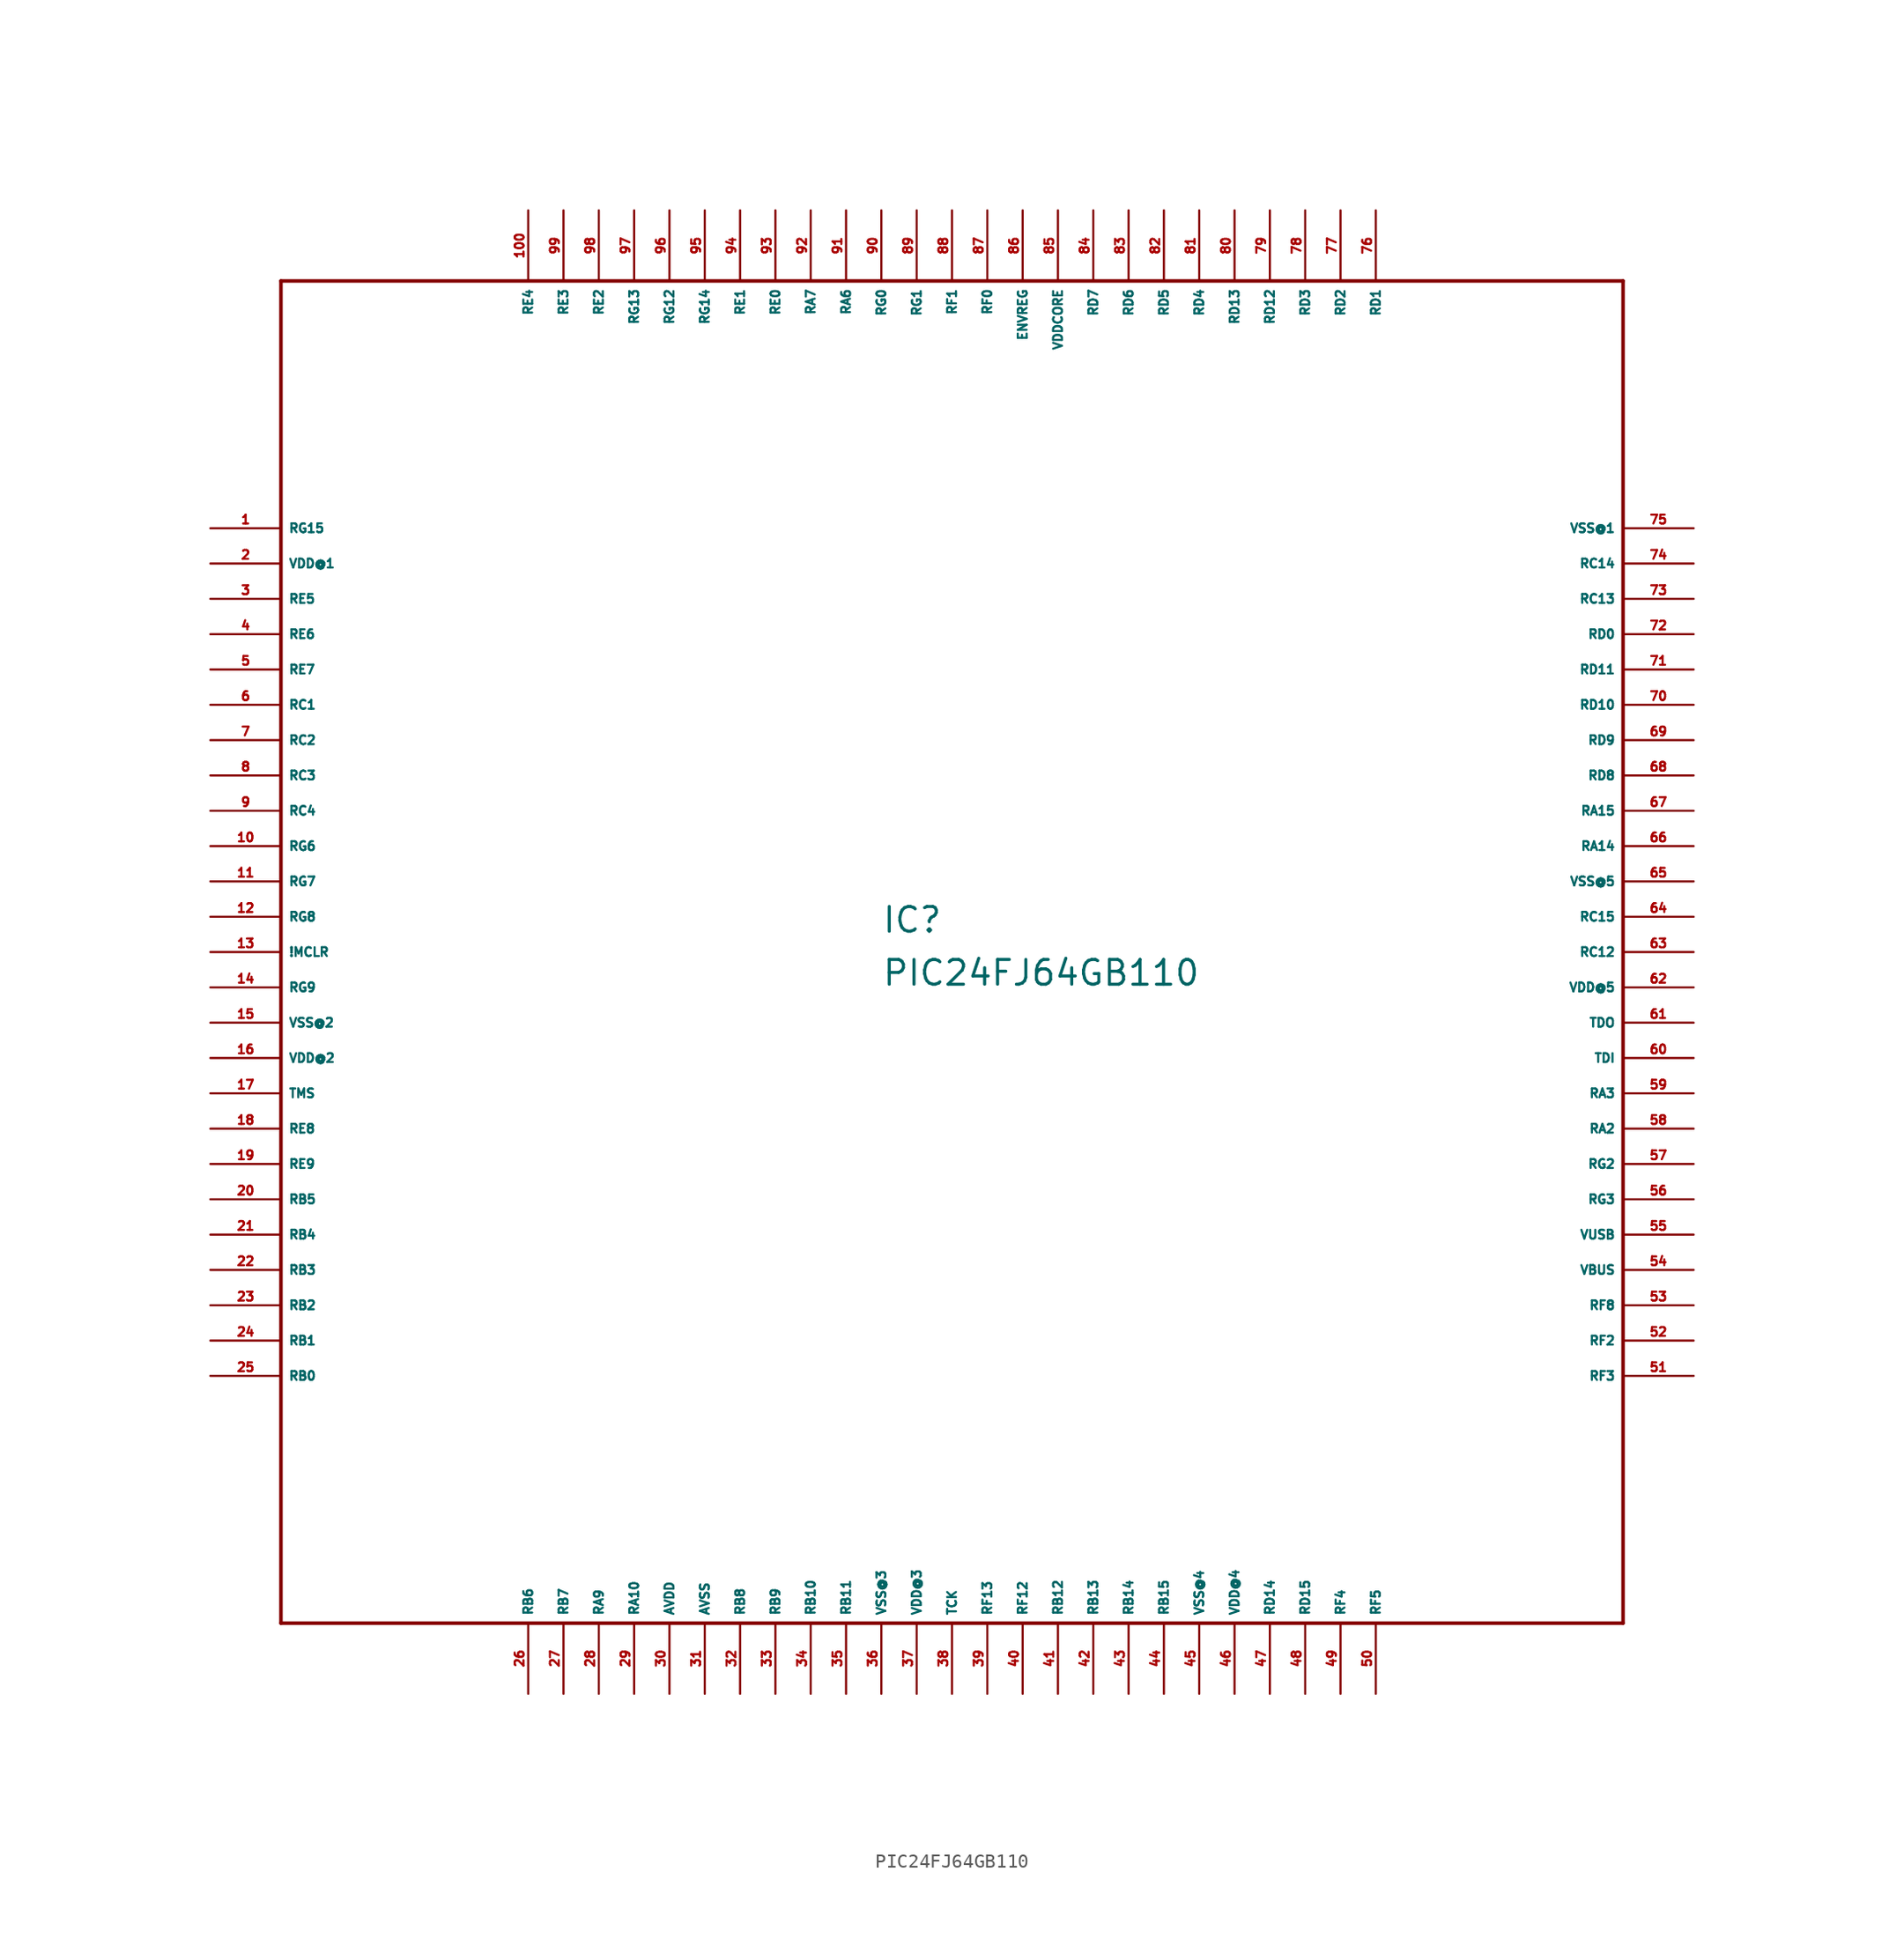
<source format=kicad_sym>
(kicad_symbol_lib
  (version 20220914)
  (generator Eagle2Kicad)
  (symbol "PIC24FJ64GB110"
    (property "Reference" "IC"
      (at -5.08 1.27 0)
      (effects (font (size 1.778 1.778) (thickness 0.22)) (justify left bottom)))
    (property "Value" "PIC24FJ64GB110"
      (at -5.08 -2.54 0)
      (effects (font (size 1.778 1.778) (thickness 0.22)) (justify left bottom)))
    (polyline
      (pts (xy -48.26 -48.26) (xy 48.26 -48.26))
      (stroke (width 0.254) (type default))
      (fill (type none)))
    (polyline
      (pts (xy 48.26 -48.26) (xy 48.26 48.26))
      (stroke (width 0.254) (type default))
      (fill (type none)))
    (polyline
      (pts (xy 48.26 48.26) (xy -48.26 48.26))
      (stroke (width 0.254) (type default))
      (fill (type none)))
    (polyline
      (pts (xy -48.26 48.26) (xy -48.26 -48.26))
      (stroke (width 0.254) (type default))
      (fill (type none)))
    (pin bidirectional line
      (at -53.34 30.48 0)
      (length 5.08)
      (name "RG15" (effects (font (size 0.635 0.635) (thickness 0.08)) (justify left bottom)))
      (number "1" (effects (font (size 0.635 0.635) (thickness 0.08)) (justify left bottom))))
    (pin unspecified line
      (at -53.34 27.94 0)
      (length 5.08)
      (name "VDD@1" (effects (font (size 0.635 0.635) (thickness 0.08)) (justify left bottom)))
      (number "2" (effects (font (size 0.635 0.635) (thickness 0.08)) (justify left bottom))))
    (pin bidirectional line
      (at -53.34 25.4 0)
      (length 5.08)
      (name "RE5" (effects (font (size 0.635 0.635) (thickness 0.08)) (justify left bottom)))
      (number "3" (effects (font (size 0.635 0.635) (thickness 0.08)) (justify left bottom))))
    (pin bidirectional line
      (at -53.34 22.86 0)
      (length 5.08)
      (name "RE6" (effects (font (size 0.635 0.635) (thickness 0.08)) (justify left bottom)))
      (number "4" (effects (font (size 0.635 0.635) (thickness 0.08)) (justify left bottom))))
    (pin bidirectional line
      (at -53.34 20.32 0)
      (length 5.08)
      (name "RE7" (effects (font (size 0.635 0.635) (thickness 0.08)) (justify left bottom)))
      (number "5" (effects (font (size 0.635 0.635) (thickness 0.08)) (justify left bottom))))
    (pin bidirectional line
      (at -53.34 17.78 0)
      (length 5.08)
      (name "RC1" (effects (font (size 0.635 0.635) (thickness 0.08)) (justify left bottom)))
      (number "6" (effects (font (size 0.635 0.635) (thickness 0.08)) (justify left bottom))))
    (pin bidirectional line
      (at -53.34 15.24 0)
      (length 5.08)
      (name "RC2" (effects (font (size 0.635 0.635) (thickness 0.08)) (justify left bottom)))
      (number "7" (effects (font (size 0.635 0.635) (thickness 0.08)) (justify left bottom))))
    (pin bidirectional line
      (at -53.34 12.7 0)
      (length 5.08)
      (name "RC3" (effects (font (size 0.635 0.635) (thickness 0.08)) (justify left bottom)))
      (number "8" (effects (font (size 0.635 0.635) (thickness 0.08)) (justify left bottom))))
    (pin bidirectional line
      (at -53.34 10.16 0)
      (length 5.08)
      (name "RC4" (effects (font (size 0.635 0.635) (thickness 0.08)) (justify left bottom)))
      (number "9" (effects (font (size 0.635 0.635) (thickness 0.08)) (justify left bottom))))
    (pin bidirectional line
      (at -53.34 7.62 0)
      (length 5.08)
      (name "RG6" (effects (font (size 0.635 0.635) (thickness 0.08)) (justify left bottom)))
      (number "10" (effects (font (size 0.635 0.635) (thickness 0.08)) (justify left bottom))))
    (pin bidirectional line
      (at -53.34 5.08 0)
      (length 5.08)
      (name "RG7" (effects (font (size 0.635 0.635) (thickness 0.08)) (justify left bottom)))
      (number "11" (effects (font (size 0.635 0.635) (thickness 0.08)) (justify left bottom))))
    (pin bidirectional line
      (at -53.34 2.54 0)
      (length 5.08)
      (name "RG8" (effects (font (size 0.635 0.635) (thickness 0.08)) (justify left bottom)))
      (number "12" (effects (font (size 0.635 0.635) (thickness 0.08)) (justify left bottom))))
    (pin bidirectional line
      (at -53.34 0 0)
      (length 5.08)
      (name "!MCLR" (effects (font (size 0.635 0.635) (thickness 0.08)) (justify left bottom)))
      (number "13" (effects (font (size 0.635 0.635) (thickness 0.08)) (justify left bottom))))
    (pin bidirectional line
      (at -53.34 -2.54 0)
      (length 5.08)
      (name "RG9" (effects (font (size 0.635 0.635) (thickness 0.08)) (justify left bottom)))
      (number "14" (effects (font (size 0.635 0.635) (thickness 0.08)) (justify left bottom))))
    (pin unspecified line
      (at -53.34 -5.08 0)
      (length 5.08)
      (name "VSS@2" (effects (font (size 0.635 0.635) (thickness 0.08)) (justify left bottom)))
      (number "15" (effects (font (size 0.635 0.635) (thickness 0.08)) (justify left bottom))))
    (pin unspecified line
      (at -53.34 -7.62 0)
      (length 5.08)
      (name "VDD@2" (effects (font (size 0.635 0.635) (thickness 0.08)) (justify left bottom)))
      (number "16" (effects (font (size 0.635 0.635) (thickness 0.08)) (justify left bottom))))
    (pin input line
      (at -53.34 -10.16 0)
      (length 5.08)
      (name "TMS" (effects (font (size 0.635 0.635) (thickness 0.08)) (justify left bottom)))
      (number "17" (effects (font (size 0.635 0.635) (thickness 0.08)) (justify left bottom))))
    (pin bidirectional line
      (at -53.34 -12.7 0)
      (length 5.08)
      (name "RE8" (effects (font (size 0.635 0.635) (thickness 0.08)) (justify left bottom)))
      (number "18" (effects (font (size 0.635 0.635) (thickness 0.08)) (justify left bottom))))
    (pin bidirectional line
      (at -53.34 -15.24 0)
      (length 5.08)
      (name "RE9" (effects (font (size 0.635 0.635) (thickness 0.08)) (justify left bottom)))
      (number "19" (effects (font (size 0.635 0.635) (thickness 0.08)) (justify left bottom))))
    (pin bidirectional line
      (at -53.34 -17.78 0)
      (length 5.08)
      (name "RB5" (effects (font (size 0.635 0.635) (thickness 0.08)) (justify left bottom)))
      (number "20" (effects (font (size 0.635 0.635) (thickness 0.08)) (justify left bottom))))
    (pin bidirectional line
      (at -53.34 -20.32 0)
      (length 5.08)
      (name "RB4" (effects (font (size 0.635 0.635) (thickness 0.08)) (justify left bottom)))
      (number "21" (effects (font (size 0.635 0.635) (thickness 0.08)) (justify left bottom))))
    (pin bidirectional line
      (at -53.34 -22.86 0)
      (length 5.08)
      (name "RB3" (effects (font (size 0.635 0.635) (thickness 0.08)) (justify left bottom)))
      (number "22" (effects (font (size 0.635 0.635) (thickness 0.08)) (justify left bottom))))
    (pin bidirectional line
      (at -53.34 -25.4 0)
      (length 5.08)
      (name "RB2" (effects (font (size 0.635 0.635) (thickness 0.08)) (justify left bottom)))
      (number "23" (effects (font (size 0.635 0.635) (thickness 0.08)) (justify left bottom))))
    (pin bidirectional line
      (at -53.34 -27.94 0)
      (length 5.08)
      (name "RB1" (effects (font (size 0.635 0.635) (thickness 0.08)) (justify left bottom)))
      (number "24" (effects (font (size 0.635 0.635) (thickness 0.08)) (justify left bottom))))
    (pin bidirectional line
      (at -53.34 -30.48 0)
      (length 5.08)
      (name "RB0" (effects (font (size 0.635 0.635) (thickness 0.08)) (justify left bottom)))
      (number "25" (effects (font (size 0.635 0.635) (thickness 0.08)) (justify left bottom))))
    (pin bidirectional line
      (at -30.48 -53.34 90)
      (length 5.08)
      (name "RB6" (effects (font (size 0.635 0.635) (thickness 0.08)) (justify left bottom)))
      (number "26" (effects (font (size 0.635 0.635) (thickness 0.08)) (justify left bottom))))
    (pin bidirectional line
      (at -27.94 -53.34 90)
      (length 5.08)
      (name "RB7" (effects (font (size 0.635 0.635) (thickness 0.08)) (justify left bottom)))
      (number "27" (effects (font (size 0.635 0.635) (thickness 0.08)) (justify left bottom))))
    (pin bidirectional line
      (at -25.4 -53.34 90)
      (length 5.08)
      (name "RA9" (effects (font (size 0.635 0.635) (thickness 0.08)) (justify left bottom)))
      (number "28" (effects (font (size 0.635 0.635) (thickness 0.08)) (justify left bottom))))
    (pin bidirectional line
      (at -22.86 -53.34 90)
      (length 5.08)
      (name "RA10" (effects (font (size 0.635 0.635) (thickness 0.08)) (justify left bottom)))
      (number "29" (effects (font (size 0.635 0.635) (thickness 0.08)) (justify left bottom))))
    (pin unspecified line
      (at -20.32 -53.34 90)
      (length 5.08)
      (name "AVDD" (effects (font (size 0.635 0.635) (thickness 0.08)) (justify left bottom)))
      (number "30" (effects (font (size 0.635 0.635) (thickness 0.08)) (justify left bottom))))
    (pin unspecified line
      (at -17.78 -53.34 90)
      (length 5.08)
      (name "AVSS" (effects (font (size 0.635 0.635) (thickness 0.08)) (justify left bottom)))
      (number "31" (effects (font (size 0.635 0.635) (thickness 0.08)) (justify left bottom))))
    (pin bidirectional line
      (at -15.24 -53.34 90)
      (length 5.08)
      (name "RB8" (effects (font (size 0.635 0.635) (thickness 0.08)) (justify left bottom)))
      (number "32" (effects (font (size 0.635 0.635) (thickness 0.08)) (justify left bottom))))
    (pin bidirectional line
      (at -12.7 -53.34 90)
      (length 5.08)
      (name "RB9" (effects (font (size 0.635 0.635) (thickness 0.08)) (justify left bottom)))
      (number "33" (effects (font (size 0.635 0.635) (thickness 0.08)) (justify left bottom))))
    (pin bidirectional line
      (at -10.16 -53.34 90)
      (length 5.08)
      (name "RB10" (effects (font (size 0.635 0.635) (thickness 0.08)) (justify left bottom)))
      (number "34" (effects (font (size 0.635 0.635) (thickness 0.08)) (justify left bottom))))
    (pin bidirectional line
      (at -7.62 -53.34 90)
      (length 5.08)
      (name "RB11" (effects (font (size 0.635 0.635) (thickness 0.08)) (justify left bottom)))
      (number "35" (effects (font (size 0.635 0.635) (thickness 0.08)) (justify left bottom))))
    (pin unspecified line
      (at -5.08 -53.34 90)
      (length 5.08)
      (name "VSS@3" (effects (font (size 0.635 0.635) (thickness 0.08)) (justify left bottom)))
      (number "36" (effects (font (size 0.635 0.635) (thickness 0.08)) (justify left bottom))))
    (pin unspecified line
      (at -2.54 -53.34 90)
      (length 5.08)
      (name "VDD@3" (effects (font (size 0.635 0.635) (thickness 0.08)) (justify left bottom)))
      (number "37" (effects (font (size 0.635 0.635) (thickness 0.08)) (justify left bottom))))
    (pin input line
      (at 0 -53.34 90)
      (length 5.08)
      (name "TCK" (effects (font (size 0.635 0.635) (thickness 0.08)) (justify left bottom)))
      (number "38" (effects (font (size 0.635 0.635) (thickness 0.08)) (justify left bottom))))
    (pin bidirectional line
      (at 2.54 -53.34 90)
      (length 5.08)
      (name "RF13" (effects (font (size 0.635 0.635) (thickness 0.08)) (justify left bottom)))
      (number "39" (effects (font (size 0.635 0.635) (thickness 0.08)) (justify left bottom))))
    (pin bidirectional line
      (at 5.08 -53.34 90)
      (length 5.08)
      (name "RF12" (effects (font (size 0.635 0.635) (thickness 0.08)) (justify left bottom)))
      (number "40" (effects (font (size 0.635 0.635) (thickness 0.08)) (justify left bottom))))
    (pin bidirectional line
      (at 7.62 -53.34 90)
      (length 5.08)
      (name "RB12" (effects (font (size 0.635 0.635) (thickness 0.08)) (justify left bottom)))
      (number "41" (effects (font (size 0.635 0.635) (thickness 0.08)) (justify left bottom))))
    (pin bidirectional line
      (at 10.16 -53.34 90)
      (length 5.08)
      (name "RB13" (effects (font (size 0.635 0.635) (thickness 0.08)) (justify left bottom)))
      (number "42" (effects (font (size 0.635 0.635) (thickness 0.08)) (justify left bottom))))
    (pin bidirectional line
      (at 12.7 -53.34 90)
      (length 5.08)
      (name "RB14" (effects (font (size 0.635 0.635) (thickness 0.08)) (justify left bottom)))
      (number "43" (effects (font (size 0.635 0.635) (thickness 0.08)) (justify left bottom))))
    (pin bidirectional line
      (at 15.24 -53.34 90)
      (length 5.08)
      (name "RB15" (effects (font (size 0.635 0.635) (thickness 0.08)) (justify left bottom)))
      (number "44" (effects (font (size 0.635 0.635) (thickness 0.08)) (justify left bottom))))
    (pin unspecified line
      (at 17.78 -53.34 90)
      (length 5.08)
      (name "VSS@4" (effects (font (size 0.635 0.635) (thickness 0.08)) (justify left bottom)))
      (number "45" (effects (font (size 0.635 0.635) (thickness 0.08)) (justify left bottom))))
    (pin unspecified line
      (at 20.32 -53.34 90)
      (length 5.08)
      (name "VDD@4" (effects (font (size 0.635 0.635) (thickness 0.08)) (justify left bottom)))
      (number "46" (effects (font (size 0.635 0.635) (thickness 0.08)) (justify left bottom))))
    (pin bidirectional line
      (at 22.86 -53.34 90)
      (length 5.08)
      (name "RD14" (effects (font (size 0.635 0.635) (thickness 0.08)) (justify left bottom)))
      (number "47" (effects (font (size 0.635 0.635) (thickness 0.08)) (justify left bottom))))
    (pin bidirectional line
      (at 25.4 -53.34 90)
      (length 5.08)
      (name "RD15" (effects (font (size 0.635 0.635) (thickness 0.08)) (justify left bottom)))
      (number "48" (effects (font (size 0.635 0.635) (thickness 0.08)) (justify left bottom))))
    (pin bidirectional line
      (at 27.94 -53.34 90)
      (length 5.08)
      (name "RF4" (effects (font (size 0.635 0.635) (thickness 0.08)) (justify left bottom)))
      (number "49" (effects (font (size 0.635 0.635) (thickness 0.08)) (justify left bottom))))
    (pin bidirectional line
      (at 30.48 -53.34 90)
      (length 5.08)
      (name "RF5" (effects (font (size 0.635 0.635) (thickness 0.08)) (justify left bottom)))
      (number "50" (effects (font (size 0.635 0.635) (thickness 0.08)) (justify left bottom))))
    (pin bidirectional line
      (at 53.34 -30.48 180)
      (length 5.08)
      (name "RF3" (effects (font (size 0.635 0.635) (thickness 0.08)) (justify left bottom)))
      (number "51" (effects (font (size 0.635 0.635) (thickness 0.08)) (justify left bottom))))
    (pin bidirectional line
      (at 53.34 -27.94 180)
      (length 5.08)
      (name "RF2" (effects (font (size 0.635 0.635) (thickness 0.08)) (justify left bottom)))
      (number "52" (effects (font (size 0.635 0.635) (thickness 0.08)) (justify left bottom))))
    (pin bidirectional line
      (at 53.34 -25.4 180)
      (length 5.08)
      (name "RF8" (effects (font (size 0.635 0.635) (thickness 0.08)) (justify left bottom)))
      (number "53" (effects (font (size 0.635 0.635) (thickness 0.08)) (justify left bottom))))
    (pin passive line
      (at 53.34 -22.86 180)
      (length 5.08)
      (name "VBUS" (effects (font (size 0.635 0.635) (thickness 0.08)) (justify left bottom)))
      (number "54" (effects (font (size 0.635 0.635) (thickness 0.08)) (justify left bottom))))
    (pin passive line
      (at 53.34 -20.32 180)
      (length 5.08)
      (name "VUSB" (effects (font (size 0.635 0.635) (thickness 0.08)) (justify left bottom)))
      (number "55" (effects (font (size 0.635 0.635) (thickness 0.08)) (justify left bottom))))
    (pin bidirectional line
      (at 53.34 -17.78 180)
      (length 5.08)
      (name "RG3" (effects (font (size 0.635 0.635) (thickness 0.08)) (justify left bottom)))
      (number "56" (effects (font (size 0.635 0.635) (thickness 0.08)) (justify left bottom))))
    (pin bidirectional line
      (at 53.34 -15.24 180)
      (length 5.08)
      (name "RG2" (effects (font (size 0.635 0.635) (thickness 0.08)) (justify left bottom)))
      (number "57" (effects (font (size 0.635 0.635) (thickness 0.08)) (justify left bottom))))
    (pin bidirectional line
      (at 53.34 -12.7 180)
      (length 5.08)
      (name "RA2" (effects (font (size 0.635 0.635) (thickness 0.08)) (justify left bottom)))
      (number "58" (effects (font (size 0.635 0.635) (thickness 0.08)) (justify left bottom))))
    (pin bidirectional line
      (at 53.34 -10.16 180)
      (length 5.08)
      (name "RA3" (effects (font (size 0.635 0.635) (thickness 0.08)) (justify left bottom)))
      (number "59" (effects (font (size 0.635 0.635) (thickness 0.08)) (justify left bottom))))
    (pin input line
      (at 53.34 -7.62 180)
      (length 5.08)
      (name "TDI" (effects (font (size 0.635 0.635) (thickness 0.08)) (justify left bottom)))
      (number "60" (effects (font (size 0.635 0.635) (thickness 0.08)) (justify left bottom))))
    (pin output line
      (at 53.34 -5.08 180)
      (length 5.08)
      (name "TDO" (effects (font (size 0.635 0.635) (thickness 0.08)) (justify left bottom)))
      (number "61" (effects (font (size 0.635 0.635) (thickness 0.08)) (justify left bottom))))
    (pin unspecified line
      (at 53.34 -2.54 180)
      (length 5.08)
      (name "VDD@5" (effects (font (size 0.635 0.635) (thickness 0.08)) (justify left bottom)))
      (number "62" (effects (font (size 0.635 0.635) (thickness 0.08)) (justify left bottom))))
    (pin bidirectional line
      (at 53.34 0 180)
      (length 5.08)
      (name "RC12" (effects (font (size 0.635 0.635) (thickness 0.08)) (justify left bottom)))
      (number "63" (effects (font (size 0.635 0.635) (thickness 0.08)) (justify left bottom))))
    (pin bidirectional line
      (at 53.34 2.54 180)
      (length 5.08)
      (name "RC15" (effects (font (size 0.635 0.635) (thickness 0.08)) (justify left bottom)))
      (number "64" (effects (font (size 0.635 0.635) (thickness 0.08)) (justify left bottom))))
    (pin unspecified line
      (at 53.34 5.08 180)
      (length 5.08)
      (name "VSS@5" (effects (font (size 0.635 0.635) (thickness 0.08)) (justify left bottom)))
      (number "65" (effects (font (size 0.635 0.635) (thickness 0.08)) (justify left bottom))))
    (pin bidirectional line
      (at 53.34 7.62 180)
      (length 5.08)
      (name "RA14" (effects (font (size 0.635 0.635) (thickness 0.08)) (justify left bottom)))
      (number "66" (effects (font (size 0.635 0.635) (thickness 0.08)) (justify left bottom))))
    (pin bidirectional line
      (at 53.34 10.16 180)
      (length 5.08)
      (name "RA15" (effects (font (size 0.635 0.635) (thickness 0.08)) (justify left bottom)))
      (number "67" (effects (font (size 0.635 0.635) (thickness 0.08)) (justify left bottom))))
    (pin bidirectional line
      (at 53.34 12.7 180)
      (length 5.08)
      (name "RD8" (effects (font (size 0.635 0.635) (thickness 0.08)) (justify left bottom)))
      (number "68" (effects (font (size 0.635 0.635) (thickness 0.08)) (justify left bottom))))
    (pin bidirectional line
      (at 53.34 15.24 180)
      (length 5.08)
      (name "RD9" (effects (font (size 0.635 0.635) (thickness 0.08)) (justify left bottom)))
      (number "69" (effects (font (size 0.635 0.635) (thickness 0.08)) (justify left bottom))))
    (pin bidirectional line
      (at 53.34 17.78 180)
      (length 5.08)
      (name "RD10" (effects (font (size 0.635 0.635) (thickness 0.08)) (justify left bottom)))
      (number "70" (effects (font (size 0.635 0.635) (thickness 0.08)) (justify left bottom))))
    (pin bidirectional line
      (at 53.34 20.32 180)
      (length 5.08)
      (name "RD11" (effects (font (size 0.635 0.635) (thickness 0.08)) (justify left bottom)))
      (number "71" (effects (font (size 0.635 0.635) (thickness 0.08)) (justify left bottom))))
    (pin bidirectional line
      (at 53.34 22.86 180)
      (length 5.08)
      (name "RD0" (effects (font (size 0.635 0.635) (thickness 0.08)) (justify left bottom)))
      (number "72" (effects (font (size 0.635 0.635) (thickness 0.08)) (justify left bottom))))
    (pin bidirectional line
      (at 53.34 25.4 180)
      (length 5.08)
      (name "RC13" (effects (font (size 0.635 0.635) (thickness 0.08)) (justify left bottom)))
      (number "73" (effects (font (size 0.635 0.635) (thickness 0.08)) (justify left bottom))))
    (pin bidirectional line
      (at 53.34 27.94 180)
      (length 5.08)
      (name "RC14" (effects (font (size 0.635 0.635) (thickness 0.08)) (justify left bottom)))
      (number "74" (effects (font (size 0.635 0.635) (thickness 0.08)) (justify left bottom))))
    (pin unspecified line
      (at 53.34 30.48 180)
      (length 5.08)
      (name "VSS@1" (effects (font (size 0.635 0.635) (thickness 0.08)) (justify left bottom)))
      (number "75" (effects (font (size 0.635 0.635) (thickness 0.08)) (justify left bottom))))
    (pin bidirectional line
      (at 30.48 53.34 270)
      (length 5.08)
      (name "RD1" (effects (font (size 0.635 0.635) (thickness 0.08)) (justify left bottom)))
      (number "76" (effects (font (size 0.635 0.635) (thickness 0.08)) (justify left bottom))))
    (pin bidirectional line
      (at 27.94 53.34 270)
      (length 5.08)
      (name "RD2" (effects (font (size 0.635 0.635) (thickness 0.08)) (justify left bottom)))
      (number "77" (effects (font (size 0.635 0.635) (thickness 0.08)) (justify left bottom))))
    (pin bidirectional line
      (at 25.4 53.34 270)
      (length 5.08)
      (name "RD3" (effects (font (size 0.635 0.635) (thickness 0.08)) (justify left bottom)))
      (number "78" (effects (font (size 0.635 0.635) (thickness 0.08)) (justify left bottom))))
    (pin bidirectional line
      (at 22.86 53.34 270)
      (length 5.08)
      (name "RD12" (effects (font (size 0.635 0.635) (thickness 0.08)) (justify left bottom)))
      (number "79" (effects (font (size 0.635 0.635) (thickness 0.08)) (justify left bottom))))
    (pin bidirectional line
      (at 20.32 53.34 270)
      (length 5.08)
      (name "RD13" (effects (font (size 0.635 0.635) (thickness 0.08)) (justify left bottom)))
      (number "80" (effects (font (size 0.635 0.635) (thickness 0.08)) (justify left bottom))))
    (pin bidirectional line
      (at 17.78 53.34 270)
      (length 5.08)
      (name "RD4" (effects (font (size 0.635 0.635) (thickness 0.08)) (justify left bottom)))
      (number "81" (effects (font (size 0.635 0.635) (thickness 0.08)) (justify left bottom))))
    (pin bidirectional line
      (at 15.24 53.34 270)
      (length 5.08)
      (name "RD5" (effects (font (size 0.635 0.635) (thickness 0.08)) (justify left bottom)))
      (number "82" (effects (font (size 0.635 0.635) (thickness 0.08)) (justify left bottom))))
    (pin bidirectional line
      (at 12.7 53.34 270)
      (length 5.08)
      (name "RD6" (effects (font (size 0.635 0.635) (thickness 0.08)) (justify left bottom)))
      (number "83" (effects (font (size 0.635 0.635) (thickness 0.08)) (justify left bottom))))
    (pin bidirectional line
      (at 10.16 53.34 270)
      (length 5.08)
      (name "RD7" (effects (font (size 0.635 0.635) (thickness 0.08)) (justify left bottom)))
      (number "84" (effects (font (size 0.635 0.635) (thickness 0.08)) (justify left bottom))))
    (pin unspecified line
      (at 7.62 53.34 270)
      (length 5.08)
      (name "VDDCORE" (effects (font (size 0.635 0.635) (thickness 0.08)) (justify left bottom)))
      (number "85" (effects (font (size 0.635 0.635) (thickness 0.08)) (justify left bottom))))
    (pin passive line
      (at 5.08 53.34 270)
      (length 5.08)
      (name "ENVREG" (effects (font (size 0.635 0.635) (thickness 0.08)) (justify left bottom)))
      (number "86" (effects (font (size 0.635 0.635) (thickness 0.08)) (justify left bottom))))
    (pin bidirectional line
      (at 2.54 53.34 270)
      (length 5.08)
      (name "RF0" (effects (font (size 0.635 0.635) (thickness 0.08)) (justify left bottom)))
      (number "87" (effects (font (size 0.635 0.635) (thickness 0.08)) (justify left bottom))))
    (pin bidirectional line
      (at 0 53.34 270)
      (length 5.08)
      (name "RF1" (effects (font (size 0.635 0.635) (thickness 0.08)) (justify left bottom)))
      (number "88" (effects (font (size 0.635 0.635) (thickness 0.08)) (justify left bottom))))
    (pin bidirectional line
      (at -2.54 53.34 270)
      (length 5.08)
      (name "RG1" (effects (font (size 0.635 0.635) (thickness 0.08)) (justify left bottom)))
      (number "89" (effects (font (size 0.635 0.635) (thickness 0.08)) (justify left bottom))))
    (pin bidirectional line
      (at -5.08 53.34 270)
      (length 5.08)
      (name "RG0" (effects (font (size 0.635 0.635) (thickness 0.08)) (justify left bottom)))
      (number "90" (effects (font (size 0.635 0.635) (thickness 0.08)) (justify left bottom))))
    (pin bidirectional line
      (at -7.62 53.34 270)
      (length 5.08)
      (name "RA6" (effects (font (size 0.635 0.635) (thickness 0.08)) (justify left bottom)))
      (number "91" (effects (font (size 0.635 0.635) (thickness 0.08)) (justify left bottom))))
    (pin bidirectional line
      (at -10.16 53.34 270)
      (length 5.08)
      (name "RA7" (effects (font (size 0.635 0.635) (thickness 0.08)) (justify left bottom)))
      (number "92" (effects (font (size 0.635 0.635) (thickness 0.08)) (justify left bottom))))
    (pin bidirectional line
      (at -12.7 53.34 270)
      (length 5.08)
      (name "RE0" (effects (font (size 0.635 0.635) (thickness 0.08)) (justify left bottom)))
      (number "93" (effects (font (size 0.635 0.635) (thickness 0.08)) (justify left bottom))))
    (pin bidirectional line
      (at -15.24 53.34 270)
      (length 5.08)
      (name "RE1" (effects (font (size 0.635 0.635) (thickness 0.08)) (justify left bottom)))
      (number "94" (effects (font (size 0.635 0.635) (thickness 0.08)) (justify left bottom))))
    (pin bidirectional line
      (at -17.78 53.34 270)
      (length 5.08)
      (name "RG14" (effects (font (size 0.635 0.635) (thickness 0.08)) (justify left bottom)))
      (number "95" (effects (font (size 0.635 0.635) (thickness 0.08)) (justify left bottom))))
    (pin bidirectional line
      (at -20.32 53.34 270)
      (length 5.08)
      (name "RG12" (effects (font (size 0.635 0.635) (thickness 0.08)) (justify left bottom)))
      (number "96" (effects (font (size 0.635 0.635) (thickness 0.08)) (justify left bottom))))
    (pin bidirectional line
      (at -22.86 53.34 270)
      (length 5.08)
      (name "RG13" (effects (font (size 0.635 0.635) (thickness 0.08)) (justify left bottom)))
      (number "97" (effects (font (size 0.635 0.635) (thickness 0.08)) (justify left bottom))))
    (pin bidirectional line
      (at -25.4 53.34 270)
      (length 5.08)
      (name "RE2" (effects (font (size 0.635 0.635) (thickness 0.08)) (justify left bottom)))
      (number "98" (effects (font (size 0.635 0.635) (thickness 0.08)) (justify left bottom))))
    (pin bidirectional line
      (at -27.94 53.34 270)
      (length 5.08)
      (name "RE3" (effects (font (size 0.635 0.635) (thickness 0.08)) (justify left bottom)))
      (number "99" (effects (font (size 0.635 0.635) (thickness 0.08)) (justify left bottom))))
    (pin bidirectional line
      (at -30.48 53.34 270)
      (length 5.08)
      (name "RE4" (effects (font (size 0.635 0.635) (thickness 0.08)) (justify left bottom)))
      (number "100" (effects (font (size 0.635 0.635) (thickness 0.08)) (justify left bottom))))))
</source>
